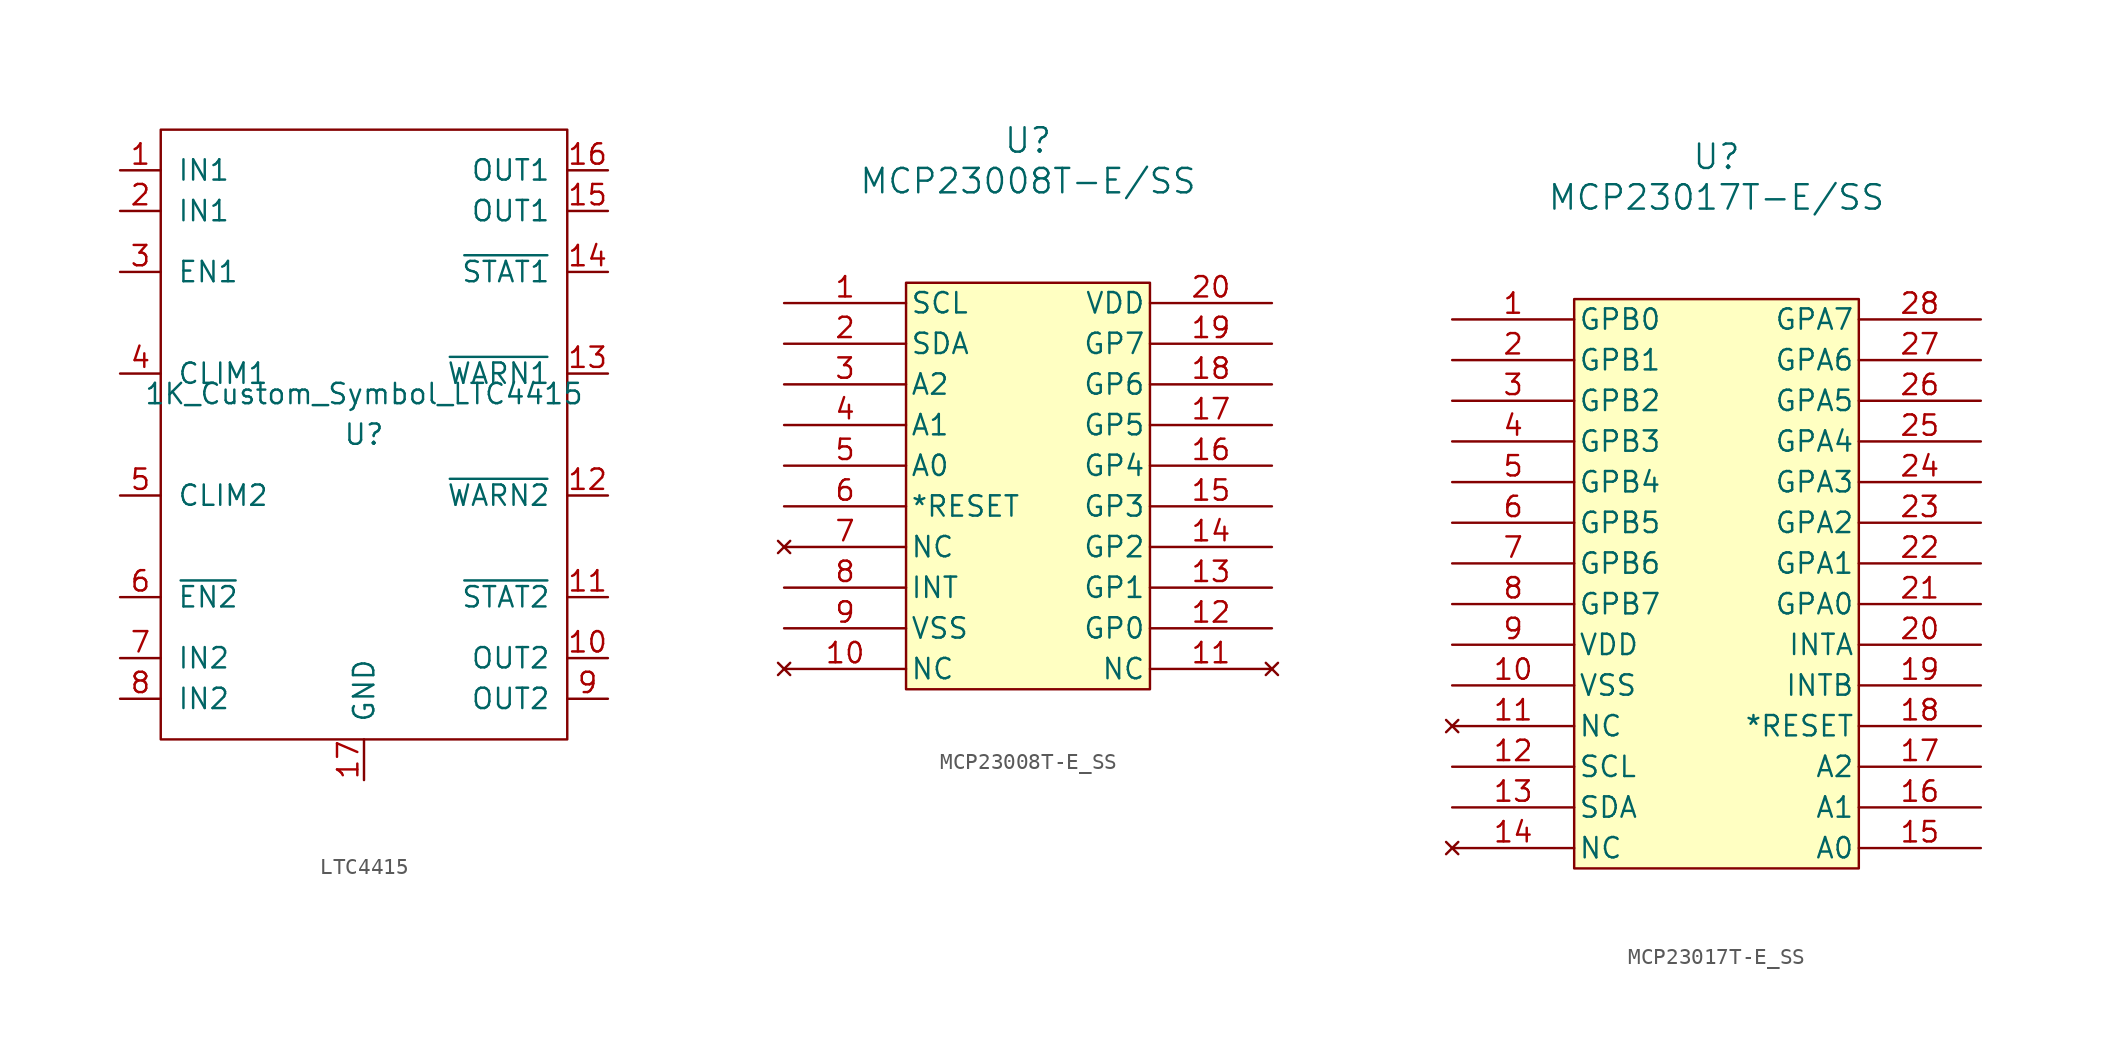
<source format=kicad_sym>
(kicad_symbol_lib
  (version 20231120)
  (generator "kicad_symbol_editor")
  (generator_version "8.0")
  (symbol "LTC4415"
    (pin_names
      (offset 1.016))
    (property "Reference" "U"
      (at 0 6.35 0)
      (effects (font (size 1.27 1.27))))
    (property "Value" "1K_Custom_Symbol_LTC4415"
      (at 0 8.89 0)
      (effects (font (size 1.27 1.27))))
    (symbol "LTC4415_0_1"
      (rectangle (start -12.7 25.4) (end 12.7 -12.7) (stroke (width 0) (type solid)) (fill (type none))))
    (symbol "LTC4415_1_1"
      (pin power_in line (at -15.24 22.86 0) (length 2.54) (name "IN1" (effects (font (size 1.27 1.27)))) (number "1" (effects (font (size 1.27 1.27)))))
      (pin passive line (at 15.24 -7.62 180) (length 2.54) (name "OUT2" (effects (font (size 1.27 1.27)))) (number "10" (effects (font (size 1.27 1.27)))))
      (pin output line (at 15.24 -3.81 180) (length 2.54) (name "~{STAT2}" (effects (font (size 1.27 1.27)))) (number "11" (effects (font (size 1.27 1.27)))))
      (pin passive line (at 15.24 2.54 180) (length 2.54) (name "~{WARN2}" (effects (font (size 1.27 1.27)))) (number "12" (effects (font (size 1.27 1.27)))))
      (pin output line (at 15.24 10.16 180) (length 2.54) (name "~{WARN1}" (effects (font (size 1.27 1.27)))) (number "13" (effects (font (size 1.27 1.27)))))
      (pin output line (at 15.24 16.51 180) (length 2.54) (name "~{STAT1}" (effects (font (size 1.27 1.27)))) (number "14" (effects (font (size 1.27 1.27)))))
      (pin passive line (at 15.24 20.32 180) (length 2.54) (name "OUT1" (effects (font (size 1.27 1.27)))) (number "15" (effects (font (size 1.27 1.27)))))
      (pin power_out line (at 15.24 22.86 180) (length 2.54) (name "OUT1" (effects (font (size 1.27 1.27)))) (number "16" (effects (font (size 1.27 1.27)))))
      (pin power_in line (at 0 -15.24 90) (length 2.54) (name "GND" (effects (font (size 1.27 1.27)))) (number "17" (effects (font (size 1.27 1.27)))))
      (pin power_in line (at -15.24 20.32 0) (length 2.54) (name "IN1" (effects (font (size 1.27 1.27)))) (number "2" (effects (font (size 1.27 1.27)))))
      (pin input line (at -15.24 16.51 0) (length 2.54) (name "EN1" (effects (font (size 1.27 1.27)))) (number "3" (effects (font (size 1.27 1.27)))))
      (pin input line (at -15.24 10.16 0) (length 2.54) (name "CLIM1" (effects (font (size 1.27 1.27)))) (number "4" (effects (font (size 1.27 1.27)))))
      (pin input line (at -15.24 2.54 0) (length 2.54) (name "CLIM2" (effects (font (size 1.27 1.27)))) (number "5" (effects (font (size 1.27 1.27)))))
      (pin input line (at -15.24 -3.81 0) (length 2.54) (name "~{EN2}" (effects (font (size 1.27 1.27)))) (number "6" (effects (font (size 1.27 1.27)))))
      (pin power_in line (at -15.24 -7.62 0) (length 2.54) (name "IN2" (effects (font (size 1.27 1.27)))) (number "7" (effects (font (size 1.27 1.27)))))
      (pin power_in line (at -15.24 -10.16 0) (length 2.54) (name "IN2" (effects (font (size 1.27 1.27)))) (number "8" (effects (font (size 1.27 1.27)))))
      (pin passive line (at 15.24 -10.16 180) (length 2.54) (name "OUT2" (effects (font (size 1.27 1.27)))) (number "9" (effects (font (size 1.27 1.27)))))))
  (symbol "MCP23008T-E_SS"
    (pin_names
      (offset 0.254))
    (property "Reference" "U"
      (at 22.86 10.16 0)
      (effects (font (size 1.524 1.524))))
    (property "Value" "MCP23008T-E/SS"
      (at 22.86 7.62 0)
      (effects (font (size 1.524 1.524))))
    (property "ki_locked" ""
      (at 0 0 0)
      (effects (font (size 1.27 1.27))))
    (symbol "MCP23008T-E_SS_1_1"
      (rectangle (start 15.24 1.27) (end 30.48 -24.13) (stroke (width 0) (type default)) (fill (type background)))
      (pin bidirectional line (at 7.62 0 0) (length 7.62) (name "SCL" (effects (font (size 1.27 1.27)))) (number "1" (effects (font (size 1.27 1.27)))))
      (pin no_connect line (at 7.62 -22.86 0) (length 7.62) (name "NC" (effects (font (size 1.27 1.27)))) (number "10" (effects (font (size 1.27 1.27)))))
      (pin no_connect line (at 38.1 -22.86 180) (length 7.62) (name "NC" (effects (font (size 1.27 1.27)))) (number "11" (effects (font (size 1.27 1.27)))))
      (pin bidirectional line (at 38.1 -20.32 180) (length 7.62) (name "GP0" (effects (font (size 1.27 1.27)))) (number "12" (effects (font (size 1.27 1.27)))))
      (pin bidirectional line (at 38.1 -17.78 180) (length 7.62) (name "GP1" (effects (font (size 1.27 1.27)))) (number "13" (effects (font (size 1.27 1.27)))))
      (pin bidirectional line (at 38.1 -15.24 180) (length 7.62) (name "GP2" (effects (font (size 1.27 1.27)))) (number "14" (effects (font (size 1.27 1.27)))))
      (pin bidirectional line (at 38.1 -12.7 180) (length 7.62) (name "GP3" (effects (font (size 1.27 1.27)))) (number "15" (effects (font (size 1.27 1.27)))))
      (pin bidirectional line (at 38.1 -10.16 180) (length 7.62) (name "GP4" (effects (font (size 1.27 1.27)))) (number "16" (effects (font (size 1.27 1.27)))))
      (pin bidirectional line (at 38.1 -7.62 180) (length 7.62) (name "GP5" (effects (font (size 1.27 1.27)))) (number "17" (effects (font (size 1.27 1.27)))))
      (pin bidirectional line (at 38.1 -5.08 180) (length 7.62) (name "GP6" (effects (font (size 1.27 1.27)))) (number "18" (effects (font (size 1.27 1.27)))))
      (pin bidirectional line (at 38.1 -2.54 180) (length 7.62) (name "GP7" (effects (font (size 1.27 1.27)))) (number "19" (effects (font (size 1.27 1.27)))))
      (pin bidirectional line (at 7.62 -2.54 0) (length 7.62) (name "SDA" (effects (font (size 1.27 1.27)))) (number "2" (effects (font (size 1.27 1.27)))))
      (pin power_in line (at 38.1 0 180) (length 7.62) (name "VDD" (effects (font (size 1.27 1.27)))) (number "20" (effects (font (size 1.27 1.27)))))
      (pin bidirectional line (at 7.62 -5.08 0) (length 7.62) (name "A2" (effects (font (size 1.27 1.27)))) (number "3" (effects (font (size 1.27 1.27)))))
      (pin bidirectional line (at 7.62 -7.62 0) (length 7.62) (name "A1" (effects (font (size 1.27 1.27)))) (number "4" (effects (font (size 1.27 1.27)))))
      (pin bidirectional line (at 7.62 -10.16 0) (length 7.62) (name "A0" (effects (font (size 1.27 1.27)))) (number "5" (effects (font (size 1.27 1.27)))))
      (pin input line (at 7.62 -12.7 0) (length 7.62) (name "*RESET" (effects (font (size 1.27 1.27)))) (number "6" (effects (font (size 1.27 1.27)))))
      (pin no_connect line (at 7.62 -15.24 0) (length 7.62) (name "NC" (effects (font (size 1.27 1.27)))) (number "7" (effects (font (size 1.27 1.27)))))
      (pin output line (at 7.62 -17.78 0) (length 7.62) (name "INT" (effects (font (size 1.27 1.27)))) (number "8" (effects (font (size 1.27 1.27)))))
      (pin power_in line (at 7.62 -20.32 0) (length 7.62) (name "VSS" (effects (font (size 1.27 1.27)))) (number "9" (effects (font (size 1.27 1.27)))))))
  (symbol "MCP23017T-E_SS"
    (pin_names
      (offset 0.254))
    (property "Reference" "U"
      (at 33.02 10.16 0)
      (effects (font (size 1.524 1.524))))
    (property "Value" "MCP23017T-E/SS"
      (at 33.02 7.62 0)
      (effects (font (size 1.524 1.524))))
    (property "ki_locked" ""
      (at 0 0 0)
      (effects (font (size 1.27 1.27))))
    (symbol "MCP23017T-E_SS_1_1"
      (rectangle (start 24.13 1.27) (end 41.91 -34.29) (stroke (width 0) (type default)) (fill (type background)))
      (pin bidirectional line (at 16.51 0 0) (length 7.62) (name "GPB0" (effects (font (size 1.27 1.27)))) (number "1" (effects (font (size 1.27 1.27)))))
      (pin power_in line (at 16.51 -22.86 0) (length 7.62) (name "VSS" (effects (font (size 1.27 1.27)))) (number "10" (effects (font (size 1.27 1.27)))))
      (pin no_connect line (at 16.51 -25.4 0) (length 7.62) (name "NC" (effects (font (size 1.27 1.27)))) (number "11" (effects (font (size 1.27 1.27)))))
      (pin bidirectional line (at 16.51 -27.94 0) (length 7.62) (name "SCL" (effects (font (size 1.27 1.27)))) (number "12" (effects (font (size 1.27 1.27)))))
      (pin bidirectional line (at 16.51 -30.48 0) (length 7.62) (name "SDA" (effects (font (size 1.27 1.27)))) (number "13" (effects (font (size 1.27 1.27)))))
      (pin no_connect line (at 16.51 -33.02 0) (length 7.62) (name "NC" (effects (font (size 1.27 1.27)))) (number "14" (effects (font (size 1.27 1.27)))))
      (pin passive line (at 49.53 -33.02 180) (length 7.62) (name "A0" (effects (font (size 1.27 1.27)))) (number "15" (effects (font (size 1.27 1.27)))))
      (pin passive line (at 49.53 -30.48 180) (length 7.62) (name "A1" (effects (font (size 1.27 1.27)))) (number "16" (effects (font (size 1.27 1.27)))))
      (pin passive line (at 49.53 -27.94 180) (length 7.62) (name "A2" (effects (font (size 1.27 1.27)))) (number "17" (effects (font (size 1.27 1.27)))))
      (pin input line (at 49.53 -25.4 180) (length 7.62) (name "*RESET" (effects (font (size 1.27 1.27)))) (number "18" (effects (font (size 1.27 1.27)))))
      (pin output line (at 49.53 -22.86 180) (length 7.62) (name "INTB" (effects (font (size 1.27 1.27)))) (number "19" (effects (font (size 1.27 1.27)))))
      (pin bidirectional line (at 16.51 -2.54 0) (length 7.62) (name "GPB1" (effects (font (size 1.27 1.27)))) (number "2" (effects (font (size 1.27 1.27)))))
      (pin output line (at 49.53 -20.32 180) (length 7.62) (name "INTA" (effects (font (size 1.27 1.27)))) (number "20" (effects (font (size 1.27 1.27)))))
      (pin bidirectional line (at 49.53 -17.78 180) (length 7.62) (name "GPA0" (effects (font (size 1.27 1.27)))) (number "21" (effects (font (size 1.27 1.27)))))
      (pin bidirectional line (at 49.53 -15.24 180) (length 7.62) (name "GPA1" (effects (font (size 1.27 1.27)))) (number "22" (effects (font (size 1.27 1.27)))))
      (pin bidirectional line (at 49.53 -12.7 180) (length 7.62) (name "GPA2" (effects (font (size 1.27 1.27)))) (number "23" (effects (font (size 1.27 1.27)))))
      (pin bidirectional line (at 49.53 -10.16 180) (length 7.62) (name "GPA3" (effects (font (size 1.27 1.27)))) (number "24" (effects (font (size 1.27 1.27)))))
      (pin bidirectional line (at 49.53 -7.62 180) (length 7.62) (name "GPA4" (effects (font (size 1.27 1.27)))) (number "25" (effects (font (size 1.27 1.27)))))
      (pin bidirectional line (at 49.53 -5.08 180) (length 7.62) (name "GPA5" (effects (font (size 1.27 1.27)))) (number "26" (effects (font (size 1.27 1.27)))))
      (pin bidirectional line (at 49.53 -2.54 180) (length 7.62) (name "GPA6" (effects (font (size 1.27 1.27)))) (number "27" (effects (font (size 1.27 1.27)))))
      (pin bidirectional line (at 49.53 0 180) (length 7.62) (name "GPA7" (effects (font (size 1.27 1.27)))) (number "28" (effects (font (size 1.27 1.27)))))
      (pin bidirectional line (at 16.51 -5.08 0) (length 7.62) (name "GPB2" (effects (font (size 1.27 1.27)))) (number "3" (effects (font (size 1.27 1.27)))))
      (pin bidirectional line (at 16.51 -7.62 0) (length 7.62) (name "GPB3" (effects (font (size 1.27 1.27)))) (number "4" (effects (font (size 1.27 1.27)))))
      (pin bidirectional line (at 16.51 -10.16 0) (length 7.62) (name "GPB4" (effects (font (size 1.27 1.27)))) (number "5" (effects (font (size 1.27 1.27)))))
      (pin bidirectional line (at 16.51 -12.7 0) (length 7.62) (name "GPB5" (effects (font (size 1.27 1.27)))) (number "6" (effects (font (size 1.27 1.27)))))
      (pin bidirectional line (at 16.51 -15.24 0) (length 7.62) (name "GPB6" (effects (font (size 1.27 1.27)))) (number "7" (effects (font (size 1.27 1.27)))))
      (pin bidirectional line (at 16.51 -17.78 0) (length 7.62) (name "GPB7" (effects (font (size 1.27 1.27)))) (number "8" (effects (font (size 1.27 1.27)))))
      (pin power_in line (at 16.51 -20.32 0) (length 7.62) (name "VDD" (effects (font (size 1.27 1.27)))) (number "9" (effects (font (size 1.27 1.27))))))))
</source>
